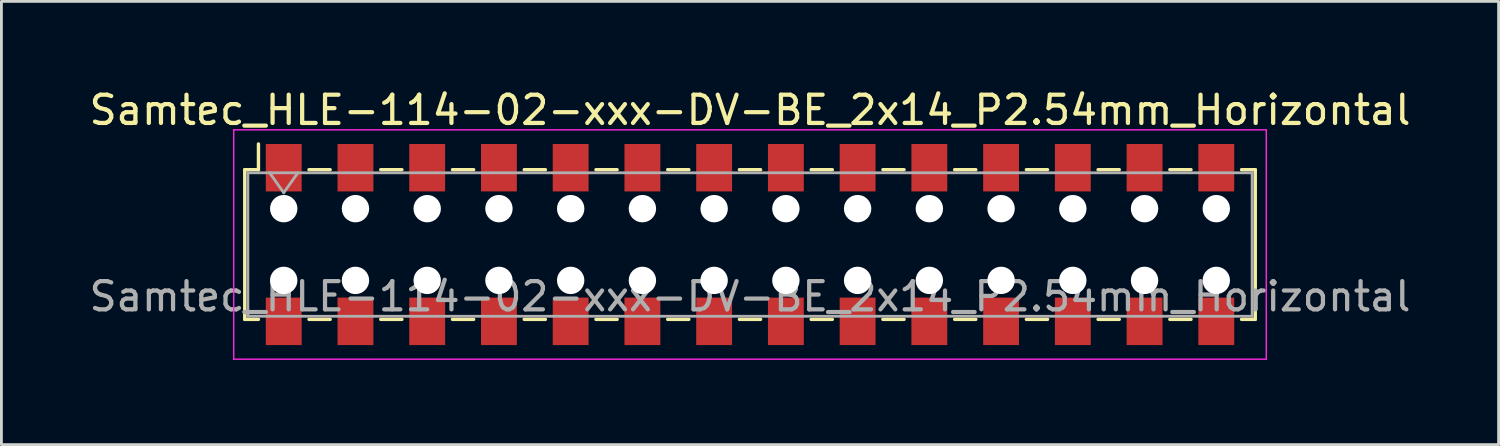
<source format=kicad_pcb>
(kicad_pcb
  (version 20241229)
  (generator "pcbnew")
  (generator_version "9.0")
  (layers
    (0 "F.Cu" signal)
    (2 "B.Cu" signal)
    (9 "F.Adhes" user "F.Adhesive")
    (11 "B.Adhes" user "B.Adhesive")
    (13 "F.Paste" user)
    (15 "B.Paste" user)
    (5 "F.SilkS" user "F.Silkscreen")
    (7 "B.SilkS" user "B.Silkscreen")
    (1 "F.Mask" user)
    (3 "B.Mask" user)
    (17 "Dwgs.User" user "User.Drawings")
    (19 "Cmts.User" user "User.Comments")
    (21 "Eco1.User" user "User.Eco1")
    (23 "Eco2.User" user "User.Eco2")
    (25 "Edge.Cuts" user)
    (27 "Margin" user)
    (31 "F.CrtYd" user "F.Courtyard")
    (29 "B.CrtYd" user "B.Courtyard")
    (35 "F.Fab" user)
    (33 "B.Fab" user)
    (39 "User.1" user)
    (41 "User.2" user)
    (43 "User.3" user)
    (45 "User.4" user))
  (footprint "Samtec_HLE-114-02-xxx-DV-BE_2x14_P2.54mm_Horizontal"
    (layer "F.Cu")
    (at 23.506 5.608)
    (property "Reference" "Samtec_HLE-114-02-xxx-DV-BE_2x14_P2.54mm_Horizontal" (at 0 -4.76 0) (layer "F.SilkS") (effects (font (size 1 1) (thickness 0.15))))
    (attr smd)
    (fp_line (start -17.89 -2.65) (end -17.89 2.65) (stroke (width 0.12) (type solid)) (layer "F.SilkS"))
    (fp_line (start -17.89 2.65) (end -17.405 2.65) (stroke (width 0.12) (type solid)) (layer "F.SilkS"))
    (fp_line (start -17.405 -3.56) (end -17.405 -2.65) (stroke (width 0.12) (type solid)) (layer "F.SilkS"))
    (fp_line (start -17.405 -2.65) (end -17.89 -2.65) (stroke (width 0.12) (type solid)) (layer "F.SilkS"))
    (fp_line (start -15.615 -2.65) (end -14.865 -2.65) (stroke (width 0.12) (type solid)) (layer "F.SilkS"))
    (fp_line (start -15.615 2.65) (end -14.865 2.65) (stroke (width 0.12) (type solid)) (layer "F.SilkS"))
    (fp_line (start -13.075 -2.65) (end -12.325 -2.65) (stroke (width 0.12) (type solid)) (layer "F.SilkS"))
    (fp_line (start -13.075 2.65) (end -12.325 2.65) (stroke (width 0.12) (type solid)) (layer "F.SilkS"))
    (fp_line (start -10.535 -2.65) (end -9.785 -2.65) (stroke (width 0.12) (type solid)) (layer "F.SilkS"))
    (fp_line (start -10.535 2.65) (end -9.785 2.65) (stroke (width 0.12) (type solid)) (layer "F.SilkS"))
    (fp_line (start -7.995 -2.65) (end -7.245 -2.65) (stroke (width 0.12) (type solid)) (layer "F.SilkS"))
    (fp_line (start -7.995 2.65) (end -7.245 2.65) (stroke (width 0.12) (type solid)) (layer "F.SilkS"))
    (fp_line (start -5.455 -2.65) (end -4.705 -2.65) (stroke (width 0.12) (type solid)) (layer "F.SilkS"))
    (fp_line (start -5.455 2.65) (end -4.705 2.65) (stroke (width 0.12) (type solid)) (layer "F.SilkS"))
    (fp_line (start -2.915 -2.65) (end -2.165 -2.65) (stroke (width 0.12) (type solid)) (layer "F.SilkS"))
    (fp_line (start -2.915 2.65) (end -2.165 2.65) (stroke (width 0.12) (type solid)) (layer "F.SilkS"))
    (fp_line (start -0.375 -2.65) (end 0.375 -2.65) (stroke (width 0.12) (type solid)) (layer "F.SilkS"))
    (fp_line (start -0.375 2.65) (end 0.375 2.65) (stroke (width 0.12) (type solid)) (layer "F.SilkS"))
    (fp_line (start 2.165 -2.65) (end 2.915 -2.65) (stroke (width 0.12) (type solid)) (layer "F.SilkS"))
    (fp_line (start 2.165 2.65) (end 2.915 2.65) (stroke (width 0.12) (type solid)) (layer "F.SilkS"))
    (fp_line (start 4.705 -2.65) (end 5.455 -2.65) (stroke (width 0.12) (type solid)) (layer "F.SilkS"))
    (fp_line (start 4.705 2.65) (end 5.455 2.65) (stroke (width 0.12) (type solid)) (layer "F.SilkS"))
    (fp_line (start 7.245 -2.65) (end 7.995 -2.65) (stroke (width 0.12) (type solid)) (layer "F.SilkS"))
    (fp_line (start 7.245 2.65) (end 7.995 2.65) (stroke (width 0.12) (type solid)) (layer "F.SilkS"))
    (fp_line (start 9.785 -2.65) (end 10.535 -2.65) (stroke (width 0.12) (type solid)) (layer "F.SilkS"))
    (fp_line (start 9.785 2.65) (end 10.535 2.65) (stroke (width 0.12) (type solid)) (layer "F.SilkS"))
    (fp_line (start 12.325 -2.65) (end 13.075 -2.65) (stroke (width 0.12) (type solid)) (layer "F.SilkS"))
    (fp_line (start 12.325 2.65) (end 13.075 2.65) (stroke (width 0.12) (type solid)) (layer "F.SilkS"))
    (fp_line (start 14.865 -2.65) (end 15.615 -2.65) (stroke (width 0.12) (type solid)) (layer "F.SilkS"))
    (fp_line (start 14.865 2.65) (end 15.615 2.65) (stroke (width 0.12) (type solid)) (layer "F.SilkS"))
    (fp_line (start 17.405 -2.65) (end 17.89 -2.65) (stroke (width 0.12) (type solid)) (layer "F.SilkS"))
    (fp_line (start 17.89 -2.65) (end 17.89 2.65) (stroke (width 0.12) (type solid)) (layer "F.SilkS"))
    (fp_line (start 17.89 2.65) (end 17.405 2.65) (stroke (width 0.12) (type solid)) (layer "F.SilkS"))
    (fp_line (start -18.28 -4.06) (end 18.28 -4.06) (stroke (width 0.05) (type solid)) (layer "F.CrtYd"))
    (fp_line (start -18.28 4.06) (end -18.28 -4.06) (stroke (width 0.05) (type solid)) (layer "F.CrtYd"))
    (fp_line (start 18.28 -4.06) (end 18.28 4.06) (stroke (width 0.05) (type solid)) (layer "F.CrtYd"))
    (fp_line (start 18.28 4.06) (end -18.28 4.06) (stroke (width 0.05) (type solid)) (layer "F.CrtYd"))
    (fp_line (start -17.78 -2.54) (end 17.78 -2.54) (stroke (width 0.1) (type solid)) (layer "F.Fab"))
    (fp_line (start -17.78 2.54) (end -17.78 -2.54) (stroke (width 0.1) (type solid)) (layer "F.Fab"))
    (fp_line (start -17.01 -2.54) (end -16.51 -1.833) (stroke (width 0.1) (type solid)) (layer "F.Fab"))
    (fp_line (start -16.51 -1.833) (end -16.01 -2.54) (stroke (width 0.1) (type solid)) (layer "F.Fab"))
    (fp_line (start 17.78 -2.54) (end 17.78 2.54) (stroke (width 0.1) (type solid)) (layer "F.Fab"))
    (fp_line (start 17.78 2.54) (end -17.78 2.54) (stroke (width 0.1) (type solid)) (layer "F.Fab"))
    (fp_text user "${REFERENCE}" (at 0 1.84 0) (layer "F.Fab") (effects (font (size 1 1) (thickness 0.15))))
    (pad "" np_thru_hole circle (at -16.51 -1.27) (size 0.97 0.97) (drill 0.97) (layers "*.Cu" "*.Mask"))
    (pad "" np_thru_hole circle (at -16.51 1.27) (size 0.97 0.97) (drill 0.97) (layers "*.Cu" "*.Mask"))
    (pad "" np_thru_hole circle (at -13.97 -1.27) (size 0.97 0.97) (drill 0.97) (layers "*.Cu" "*.Mask"))
    (pad "" np_thru_hole circle (at -13.97 1.27) (size 0.97 0.97) (drill 0.97) (layers "*.Cu" "*.Mask"))
    (pad "" np_thru_hole circle (at -11.43 -1.27) (size 0.97 0.97) (drill 0.97) (layers "*.Cu" "*.Mask"))
    (pad "" np_thru_hole circle (at -11.43 1.27) (size 0.97 0.97) (drill 0.97) (layers "*.Cu" "*.Mask"))
    (pad "" np_thru_hole circle (at -8.89 -1.27) (size 0.97 0.97) (drill 0.97) (layers "*.Cu" "*.Mask"))
    (pad "" np_thru_hole circle (at -8.89 1.27) (size 0.97 0.97) (drill 0.97) (layers "*.Cu" "*.Mask"))
    (pad "" np_thru_hole circle (at -6.35 -1.27) (size 0.97 0.97) (drill 0.97) (layers "*.Cu" "*.Mask"))
    (pad "" np_thru_hole circle (at -6.35 1.27) (size 0.97 0.97) (drill 0.97) (layers "*.Cu" "*.Mask"))
    (pad "" np_thru_hole circle (at -3.81 -1.27) (size 0.97 0.97) (drill 0.97) (layers "*.Cu" "*.Mask"))
    (pad "" np_thru_hole circle (at -3.81 1.27) (size 0.97 0.97) (drill 0.97) (layers "*.Cu" "*.Mask"))
    (pad "" np_thru_hole circle (at -1.27 -1.27) (size 0.97 0.97) (drill 0.97) (layers "*.Cu" "*.Mask"))
    (pad "" np_thru_hole circle (at -1.27 1.27) (size 0.97 0.97) (drill 0.97) (layers "*.Cu" "*.Mask"))
    (pad "" np_thru_hole circle (at 1.27 -1.27) (size 0.97 0.97) (drill 0.97) (layers "*.Cu" "*.Mask"))
    (pad "" np_thru_hole circle (at 1.27 1.27) (size 0.97 0.97) (drill 0.97) (layers "*.Cu" "*.Mask"))
    (pad "" np_thru_hole circle (at 3.81 -1.27) (size 0.97 0.97) (drill 0.97) (layers "*.Cu" "*.Mask"))
    (pad "" np_thru_hole circle (at 3.81 1.27) (size 0.97 0.97) (drill 0.97) (layers "*.Cu" "*.Mask"))
    (pad "" np_thru_hole circle (at 6.35 -1.27) (size 0.97 0.97) (drill 0.97) (layers "*.Cu" "*.Mask"))
    (pad "" np_thru_hole circle (at 6.35 1.27) (size 0.97 0.97) (drill 0.97) (layers "*.Cu" "*.Mask"))
    (pad "" np_thru_hole circle (at 8.89 -1.27) (size 0.97 0.97) (drill 0.97) (layers "*.Cu" "*.Mask"))
    (pad "" np_thru_hole circle (at 8.89 1.27) (size 0.97 0.97) (drill 0.97) (layers "*.Cu" "*.Mask"))
    (pad "" np_thru_hole circle (at 11.43 -1.27) (size 0.97 0.97) (drill 0.97) (layers "*.Cu" "*.Mask"))
    (pad "" np_thru_hole circle (at 11.43 1.27) (size 0.97 0.97) (drill 0.97) (layers "*.Cu" "*.Mask"))
    (pad "" np_thru_hole circle (at 13.97 -1.27) (size 0.97 0.97) (drill 0.97) (layers "*.Cu" "*.Mask"))
    (pad "" np_thru_hole circle (at 13.97 1.27) (size 0.97 0.97) (drill 0.97) (layers "*.Cu" "*.Mask"))
    (pad "" np_thru_hole circle (at 16.51 -1.27) (size 0.97 0.97) (drill 0.97) (layers "*.Cu" "*.Mask"))
    (pad "" np_thru_hole circle (at 16.51 1.27) (size 0.97 0.97) (drill 0.97) (layers "*.Cu" "*.Mask"))
    (pad "1" smd rect (at -16.51 -2.72) (size 1.27 1.68) (layers "F.Cu" "F.Mask" "F.Paste"))
    (pad "2" smd rect (at -16.51 2.72) (size 1.27 1.68) (layers "F.Cu" "F.Mask" "F.Paste"))
    (pad "3" smd rect (at -13.97 -2.72) (size 1.27 1.68) (layers "F.Cu" "F.Mask" "F.Paste"))
    (pad "4" smd rect (at -13.97 2.72) (size 1.27 1.68) (layers "F.Cu" "F.Mask" "F.Paste"))
    (pad "5" smd rect (at -11.43 -2.72) (size 1.27 1.68) (layers "F.Cu" "F.Mask" "F.Paste"))
    (pad "6" smd rect (at -11.43 2.72) (size 1.27 1.68) (layers "F.Cu" "F.Mask" "F.Paste"))
    (pad "7" smd rect (at -8.89 -2.72) (size 1.27 1.68) (layers "F.Cu" "F.Mask" "F.Paste"))
    (pad "8" smd rect (at -8.89 2.72) (size 1.27 1.68) (layers "F.Cu" "F.Mask" "F.Paste"))
    (pad "9" smd rect (at -6.35 -2.72) (size 1.27 1.68) (layers "F.Cu" "F.Mask" "F.Paste"))
    (pad "10" smd rect (at -6.35 2.72) (size 1.27 1.68) (layers "F.Cu" "F.Mask" "F.Paste"))
    (pad "11" smd rect (at -3.81 -2.72) (size 1.27 1.68) (layers "F.Cu" "F.Mask" "F.Paste"))
    (pad "12" smd rect (at -3.81 2.72) (size 1.27 1.68) (layers "F.Cu" "F.Mask" "F.Paste"))
    (pad "13" smd rect (at -1.27 -2.72) (size 1.27 1.68) (layers "F.Cu" "F.Mask" "F.Paste"))
    (pad "14" smd rect (at -1.27 2.72) (size 1.27 1.68) (layers "F.Cu" "F.Mask" "F.Paste"))
    (pad "15" smd rect (at 1.27 -2.72) (size 1.27 1.68) (layers "F.Cu" "F.Mask" "F.Paste"))
    (pad "16" smd rect (at 1.27 2.72) (size 1.27 1.68) (layers "F.Cu" "F.Mask" "F.Paste"))
    (pad "17" smd rect (at 3.81 -2.72) (size 1.27 1.68) (layers "F.Cu" "F.Mask" "F.Paste"))
    (pad "18" smd rect (at 3.81 2.72) (size 1.27 1.68) (layers "F.Cu" "F.Mask" "F.Paste"))
    (pad "19" smd rect (at 6.35 -2.72) (size 1.27 1.68) (layers "F.Cu" "F.Mask" "F.Paste"))
    (pad "20" smd rect (at 6.35 2.72) (size 1.27 1.68) (layers "F.Cu" "F.Mask" "F.Paste"))
    (pad "21" smd rect (at 8.89 -2.72) (size 1.27 1.68) (layers "F.Cu" "F.Mask" "F.Paste"))
    (pad "22" smd rect (at 8.89 2.72) (size 1.27 1.68) (layers "F.Cu" "F.Mask" "F.Paste"))
    (pad "23" smd rect (at 11.43 -2.72) (size 1.27 1.68) (layers "F.Cu" "F.Mask" "F.Paste"))
    (pad "24" smd rect (at 11.43 2.72) (size 1.27 1.68) (layers "F.Cu" "F.Mask" "F.Paste"))
    (pad "25" smd rect (at 13.97 -2.72) (size 1.27 1.68) (layers "F.Cu" "F.Mask" "F.Paste"))
    (pad "26" smd rect (at 13.97 2.72) (size 1.27 1.68) (layers "F.Cu" "F.Mask" "F.Paste"))
    (pad "27" smd rect (at 16.51 -2.72) (size 1.27 1.68) (layers "F.Cu" "F.Mask" "F.Paste"))
    (pad "28" smd rect (at 16.51 2.72) (size 1.27 1.68) (layers "F.Cu" "F.Mask" "F.Paste")))
  (gr_rect
    (start -3 -3)
    (end 50.012 12.693)
    (stroke (width 0.1) (type default))
    (fill no)
    (layer "Edge.Cuts")))
</source>
